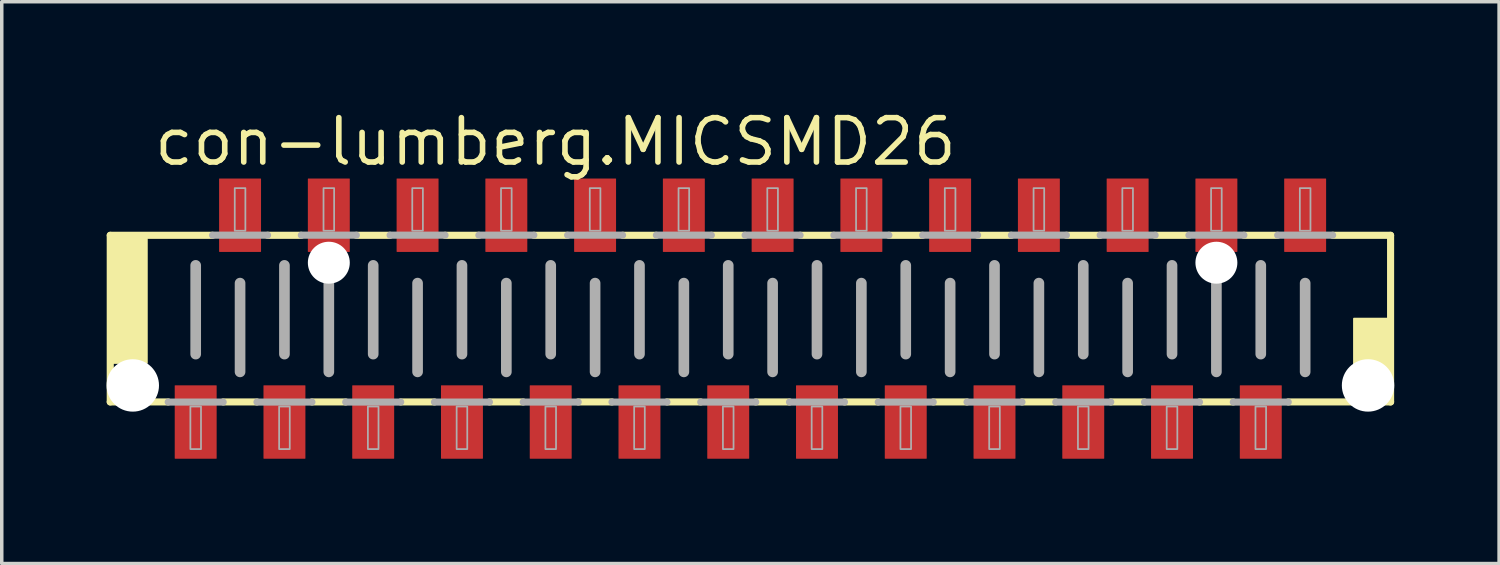
<source format=kicad_pcb>
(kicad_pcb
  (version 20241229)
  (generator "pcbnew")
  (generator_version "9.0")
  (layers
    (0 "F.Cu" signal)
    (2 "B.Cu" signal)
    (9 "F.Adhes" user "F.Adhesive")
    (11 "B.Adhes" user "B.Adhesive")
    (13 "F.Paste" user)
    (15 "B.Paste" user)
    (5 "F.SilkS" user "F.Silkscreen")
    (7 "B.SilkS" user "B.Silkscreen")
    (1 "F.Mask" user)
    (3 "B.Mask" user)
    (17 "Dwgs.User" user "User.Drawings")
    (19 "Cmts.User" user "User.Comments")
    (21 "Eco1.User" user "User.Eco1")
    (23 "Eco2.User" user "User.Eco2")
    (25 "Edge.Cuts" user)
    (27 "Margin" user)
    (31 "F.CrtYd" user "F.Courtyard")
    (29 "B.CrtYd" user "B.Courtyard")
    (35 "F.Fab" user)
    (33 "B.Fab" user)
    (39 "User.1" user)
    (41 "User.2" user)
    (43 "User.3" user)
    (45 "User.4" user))
  (footprint "con-lumberg.MICSMD26"
    (layer "F.Cu")
    (at 18.425 6.068)
    (property "Reference" "con-lumberg.MICSMD26" (at -17.145 -4.318 0) (layer "F.SilkS") (effects (font (size 1.27 1.27) (thickness 0.16)) (justify left bottom)))
    (attr smd)
    (fp_line (start -18.32 -2.384) (end -15.392 -2.384) (stroke (width 0.203) (type default)) (layer "F.SilkS"))
    (fp_line (start -18.32 2.384) (end -18.32 -2.384) (stroke (width 0.203) (type default)) (layer "F.SilkS"))
    (fp_line (start -16.662 2.384) (end -18.32 2.384) (stroke (width 0.203) (type default)) (layer "F.SilkS"))
    (fp_line (start -14.122 2.384) (end -15.088 2.384) (stroke (width 0.203) (type default)) (layer "F.SilkS"))
    (fp_line (start -13.818 -2.384) (end -12.852 -2.384) (stroke (width 0.203) (type default)) (layer "F.SilkS"))
    (fp_line (start -11.582 2.384) (end -12.548 2.384) (stroke (width 0.203) (type default)) (layer "F.SilkS"))
    (fp_line (start -11.278 -2.384) (end -10.312 -2.384) (stroke (width 0.203) (type default)) (layer "F.SilkS"))
    (fp_line (start -9.042 2.384) (end -10.008 2.384) (stroke (width 0.203) (type default)) (layer "F.SilkS"))
    (fp_line (start -8.738 -2.384) (end -7.772 -2.384) (stroke (width 0.203) (type default)) (layer "F.SilkS"))
    (fp_line (start -6.502 2.384) (end -7.468 2.384) (stroke (width 0.203) (type default)) (layer "F.SilkS"))
    (fp_line (start -6.198 -2.384) (end -5.232 -2.384) (stroke (width 0.203) (type default)) (layer "F.SilkS"))
    (fp_line (start -3.962 2.384) (end -4.928 2.384) (stroke (width 0.203) (type default)) (layer "F.SilkS"))
    (fp_line (start -3.658 -2.384) (end -2.692 -2.384) (stroke (width 0.203) (type default)) (layer "F.SilkS"))
    (fp_line (start -1.422 2.384) (end -2.388 2.384) (stroke (width 0.203) (type default)) (layer "F.SilkS"))
    (fp_line (start -1.118 -2.384) (end -0.152 -2.384) (stroke (width 0.203) (type default)) (layer "F.SilkS"))
    (fp_line (start 1.118 2.384) (end 0.152 2.384) (stroke (width 0.203) (type default)) (layer "F.SilkS"))
    (fp_line (start 1.422 -2.384) (end 2.388 -2.384) (stroke (width 0.203) (type default)) (layer "F.SilkS"))
    (fp_line (start 3.658 2.384) (end 2.692 2.384) (stroke (width 0.203) (type default)) (layer "F.SilkS"))
    (fp_line (start 3.962 -2.384) (end 4.928 -2.384) (stroke (width 0.203) (type default)) (layer "F.SilkS"))
    (fp_line (start 6.198 2.384) (end 5.232 2.384) (stroke (width 0.203) (type default)) (layer "F.SilkS"))
    (fp_line (start 6.502 -2.384) (end 7.468 -2.384) (stroke (width 0.203) (type default)) (layer "F.SilkS"))
    (fp_line (start 8.738 2.384) (end 7.772 2.384) (stroke (width 0.203) (type default)) (layer "F.SilkS"))
    (fp_line (start 9.042 -2.384) (end 10.008 -2.384) (stroke (width 0.203) (type default)) (layer "F.SilkS"))
    (fp_line (start 11.278 2.384) (end 10.312 2.384) (stroke (width 0.203) (type default)) (layer "F.SilkS"))
    (fp_line (start 11.582 -2.384) (end 12.548 -2.384) (stroke (width 0.203) (type default)) (layer "F.SilkS"))
    (fp_line (start 13.818 2.384) (end 12.852 2.384) (stroke (width 0.203) (type default)) (layer "F.SilkS"))
    (fp_line (start 14.122 -2.384) (end 15.088 -2.384) (stroke (width 0.203) (type default)) (layer "F.SilkS"))
    (fp_line (start 16.662 -2.384) (end 18.32 -2.384) (stroke (width 0.203) (type default)) (layer "F.SilkS"))
    (fp_line (start 18.32 -2.384) (end 18.32 2.384) (stroke (width 0.203) (type default)) (layer "F.SilkS"))
    (fp_line (start 18.32 2.384) (end 15.392 2.384) (stroke (width 0.203) (type default)) (layer "F.SilkS"))
    (fp_rect (start -18.288 1.27) (end -17.272 -2.286) (stroke (width 0.05) (type default)) (fill yes) (layer "F.SilkS"))
    (fp_rect (start 17.272 2.286) (end 18.288 0) (stroke (width 0.05) (type default)) (fill yes) (layer "F.SilkS"))
    (fp_line (start -15.875 -1.524) (end -15.875 1.016) (stroke (width 0.305) (type default)) (layer "F.Fab"))
    (fp_line (start -15.392 -2.388) (end -13.818 -2.388) (stroke (width 0.203) (type default)) (layer "F.Fab"))
    (fp_line (start -15.088 2.388) (end -16.662 2.388) (stroke (width 0.203) (type default)) (layer "F.Fab"))
    (fp_line (start -14.605 -1.016) (end -14.605 1.524) (stroke (width 0.305) (type default)) (layer "F.Fab"))
    (fp_line (start -13.335 -1.524) (end -13.335 1.016) (stroke (width 0.305) (type default)) (layer "F.Fab"))
    (fp_line (start -12.852 -2.388) (end -11.278 -2.388) (stroke (width 0.203) (type default)) (layer "F.Fab"))
    (fp_line (start -12.548 2.388) (end -14.122 2.388) (stroke (width 0.203) (type default)) (layer "F.Fab"))
    (fp_line (start -12.065 -1.016) (end -12.065 1.524) (stroke (width 0.305) (type default)) (layer "F.Fab"))
    (fp_line (start -10.795 -1.524) (end -10.795 1.016) (stroke (width 0.305) (type default)) (layer "F.Fab"))
    (fp_line (start -10.312 -2.388) (end -8.738 -2.388) (stroke (width 0.203) (type default)) (layer "F.Fab"))
    (fp_line (start -10.008 2.388) (end -11.582 2.388) (stroke (width 0.203) (type default)) (layer "F.Fab"))
    (fp_line (start -9.525 -1.016) (end -9.525 1.524) (stroke (width 0.305) (type default)) (layer "F.Fab"))
    (fp_line (start -8.255 -1.524) (end -8.255 1.016) (stroke (width 0.305) (type default)) (layer "F.Fab"))
    (fp_line (start -7.772 -2.388) (end -6.198 -2.388) (stroke (width 0.203) (type default)) (layer "F.Fab"))
    (fp_line (start -7.468 2.388) (end -9.042 2.388) (stroke (width 0.203) (type default)) (layer "F.Fab"))
    (fp_line (start -6.985 -1.016) (end -6.985 1.524) (stroke (width 0.305) (type default)) (layer "F.Fab"))
    (fp_line (start -5.715 -1.524) (end -5.715 1.016) (stroke (width 0.305) (type default)) (layer "F.Fab"))
    (fp_line (start -5.232 -2.388) (end -3.658 -2.388) (stroke (width 0.203) (type default)) (layer "F.Fab"))
    (fp_line (start -4.928 2.388) (end -6.502 2.388) (stroke (width 0.203) (type default)) (layer "F.Fab"))
    (fp_line (start -4.445 -1.016) (end -4.445 1.524) (stroke (width 0.305) (type default)) (layer "F.Fab"))
    (fp_line (start -3.175 -1.524) (end -3.175 1.016) (stroke (width 0.305) (type default)) (layer "F.Fab"))
    (fp_line (start -2.692 -2.388) (end -1.118 -2.388) (stroke (width 0.203) (type default)) (layer "F.Fab"))
    (fp_line (start -2.388 2.388) (end -3.962 2.388) (stroke (width 0.203) (type default)) (layer "F.Fab"))
    (fp_line (start -1.905 -1.016) (end -1.905 1.524) (stroke (width 0.305) (type default)) (layer "F.Fab"))
    (fp_line (start -0.635 -1.524) (end -0.635 1.016) (stroke (width 0.305) (type default)) (layer "F.Fab"))
    (fp_line (start -0.152 -2.388) (end 1.422 -2.388) (stroke (width 0.203) (type default)) (layer "F.Fab"))
    (fp_line (start 0.152 2.388) (end -1.422 2.388) (stroke (width 0.203) (type default)) (layer "F.Fab"))
    (fp_line (start 0.635 -1.016) (end 0.635 1.524) (stroke (width 0.305) (type default)) (layer "F.Fab"))
    (fp_line (start 1.905 -1.524) (end 1.905 1.016) (stroke (width 0.305) (type default)) (layer "F.Fab"))
    (fp_line (start 2.388 -2.388) (end 3.962 -2.388) (stroke (width 0.203) (type default)) (layer "F.Fab"))
    (fp_line (start 2.692 2.388) (end 1.118 2.388) (stroke (width 0.203) (type default)) (layer "F.Fab"))
    (fp_line (start 3.175 -1.016) (end 3.175 1.524) (stroke (width 0.305) (type default)) (layer "F.Fab"))
    (fp_line (start 4.445 -1.524) (end 4.445 1.016) (stroke (width 0.305) (type default)) (layer "F.Fab"))
    (fp_line (start 4.928 -2.388) (end 6.502 -2.388) (stroke (width 0.203) (type default)) (layer "F.Fab"))
    (fp_line (start 5.232 2.388) (end 3.658 2.388) (stroke (width 0.203) (type default)) (layer "F.Fab"))
    (fp_line (start 5.715 -1.016) (end 5.715 1.524) (stroke (width 0.305) (type default)) (layer "F.Fab"))
    (fp_line (start 6.985 -1.524) (end 6.985 1.016) (stroke (width 0.305) (type default)) (layer "F.Fab"))
    (fp_line (start 7.468 -2.388) (end 9.042 -2.388) (stroke (width 0.203) (type default)) (layer "F.Fab"))
    (fp_line (start 7.772 2.388) (end 6.198 2.388) (stroke (width 0.203) (type default)) (layer "F.Fab"))
    (fp_line (start 8.255 -1.016) (end 8.255 1.524) (stroke (width 0.305) (type default)) (layer "F.Fab"))
    (fp_line (start 9.525 -1.524) (end 9.525 1.016) (stroke (width 0.305) (type default)) (layer "F.Fab"))
    (fp_line (start 10.008 -2.388) (end 11.582 -2.388) (stroke (width 0.203) (type default)) (layer "F.Fab"))
    (fp_line (start 10.312 2.388) (end 8.738 2.388) (stroke (width 0.203) (type default)) (layer "F.Fab"))
    (fp_line (start 10.795 -1.016) (end 10.795 1.524) (stroke (width 0.305) (type default)) (layer "F.Fab"))
    (fp_line (start 12.065 -1.524) (end 12.065 1.016) (stroke (width 0.305) (type default)) (layer "F.Fab"))
    (fp_line (start 12.548 -2.388) (end 14.122 -2.388) (stroke (width 0.203) (type default)) (layer "F.Fab"))
    (fp_line (start 12.852 2.388) (end 11.278 2.388) (stroke (width 0.203) (type default)) (layer "F.Fab"))
    (fp_line (start 13.335 -1.016) (end 13.335 1.524) (stroke (width 0.305) (type default)) (layer "F.Fab"))
    (fp_line (start 14.605 -1.524) (end 14.605 1.016) (stroke (width 0.305) (type default)) (layer "F.Fab"))
    (fp_line (start 15.088 -2.388) (end 16.662 -2.388) (stroke (width 0.203) (type default)) (layer "F.Fab"))
    (fp_line (start 15.392 2.388) (end 13.818 2.388) (stroke (width 0.203) (type default)) (layer "F.Fab"))
    (fp_line (start 15.875 -1.016) (end 15.875 1.524) (stroke (width 0.305) (type default)) (layer "F.Fab"))
    (fp_rect (start -16.027 3.734) (end -15.723 2.515) (stroke (width 0.05) (type default)) (fill no) (layer "F.Fab"))
    (fp_rect (start -14.757 -2.515) (end -14.453 -3.734) (stroke (width 0.05) (type default)) (fill no) (layer "F.Fab"))
    (fp_rect (start -13.487 3.734) (end -13.183 2.515) (stroke (width 0.05) (type default)) (fill no) (layer "F.Fab"))
    (fp_rect (start -12.217 -2.515) (end -11.913 -3.734) (stroke (width 0.05) (type default)) (fill no) (layer "F.Fab"))
    (fp_rect (start -10.947 3.734) (end -10.643 2.515) (stroke (width 0.05) (type default)) (fill no) (layer "F.Fab"))
    (fp_rect (start -9.677 -2.515) (end -9.373 -3.734) (stroke (width 0.05) (type default)) (fill no) (layer "F.Fab"))
    (fp_rect (start -8.407 3.734) (end -8.103 2.515) (stroke (width 0.05) (type default)) (fill no) (layer "F.Fab"))
    (fp_rect (start -7.137 -2.515) (end -6.833 -3.734) (stroke (width 0.05) (type default)) (fill no) (layer "F.Fab"))
    (fp_rect (start -5.867 3.734) (end -5.563 2.515) (stroke (width 0.05) (type default)) (fill no) (layer "F.Fab"))
    (fp_rect (start -4.597 -2.515) (end -4.293 -3.734) (stroke (width 0.05) (type default)) (fill no) (layer "F.Fab"))
    (fp_rect (start -3.327 3.734) (end -3.023 2.515) (stroke (width 0.05) (type default)) (fill no) (layer "F.Fab"))
    (fp_rect (start -2.057 -2.515) (end -1.753 -3.734) (stroke (width 0.05) (type default)) (fill no) (layer "F.Fab"))
    (fp_rect (start -0.787 3.734) (end -0.483 2.515) (stroke (width 0.05) (type default)) (fill no) (layer "F.Fab"))
    (fp_rect (start 0.483 -2.515) (end 0.787 -3.734) (stroke (width 0.05) (type default)) (fill no) (layer "F.Fab"))
    (fp_rect (start 1.753 3.734) (end 2.057 2.515) (stroke (width 0.05) (type default)) (fill no) (layer "F.Fab"))
    (fp_rect (start 3.023 -2.515) (end 3.327 -3.734) (stroke (width 0.05) (type default)) (fill no) (layer "F.Fab"))
    (fp_rect (start 4.293 3.734) (end 4.597 2.515) (stroke (width 0.05) (type default)) (fill no) (layer "F.Fab"))
    (fp_rect (start 5.563 -2.515) (end 5.867 -3.734) (stroke (width 0.05) (type default)) (fill no) (layer "F.Fab"))
    (fp_rect (start 6.833 3.734) (end 7.137 2.515) (stroke (width 0.05) (type default)) (fill no) (layer "F.Fab"))
    (fp_rect (start 8.103 -2.515) (end 8.407 -3.734) (stroke (width 0.05) (type default)) (fill no) (layer "F.Fab"))
    (fp_rect (start 9.373 3.734) (end 9.677 2.515) (stroke (width 0.05) (type default)) (fill no) (layer "F.Fab"))
    (fp_rect (start 10.643 -2.515) (end 10.947 -3.734) (stroke (width 0.05) (type default)) (fill no) (layer "F.Fab"))
    (fp_rect (start 11.913 3.734) (end 12.217 2.515) (stroke (width 0.05) (type default)) (fill no) (layer "F.Fab"))
    (fp_rect (start 13.183 -2.515) (end 13.487 -3.734) (stroke (width 0.05) (type default)) (fill no) (layer "F.Fab"))
    (fp_rect (start 14.453 3.734) (end 14.757 2.515) (stroke (width 0.05) (type default)) (fill no) (layer "F.Fab"))
    (fp_rect (start 15.723 -2.515) (end 16.027 -3.734) (stroke (width 0.05) (type default)) (fill no) (layer "F.Fab"))
    (pad "" np_thru_hole circle (at -17.675 1.912) (size 1.5 1.5) (drill 1.5) (layers "*.Cu" "*.Mask"))
    (pad "" np_thru_hole circle (at -12.065 -1.6) (size 1.2 1.2) (drill 1.2) (layers "*.Cu" "*.Mask"))
    (pad "" np_thru_hole circle (at 13.335 -1.6) (size 1.2 1.2) (drill 1.2) (layers "*.Cu" "*.Mask"))
    (pad "" np_thru_hole circle (at 17.675 1.912) (size 1.5 1.5) (drill 1.5) (layers "*.Cu" "*.Mask"))
    (pad "1" smd roundrect (at -15.875 2.959) (size 1.2 2.1) (layers "F.Cu" "F.Mask" "F.Paste") (roundrect_rratio 0.01))
    (pad "2" smd roundrect (at -14.605 -2.959) (size 1.2 2.1) (layers "F.Cu" "F.Mask" "F.Paste") (roundrect_rratio 0.01))
    (pad "3" smd roundrect (at -13.335 2.959) (size 1.2 2.1) (layers "F.Cu" "F.Mask" "F.Paste") (roundrect_rratio 0.01))
    (pad "4" smd roundrect (at -12.065 -2.959) (size 1.2 2.1) (layers "F.Cu" "F.Mask" "F.Paste") (roundrect_rratio 0.01))
    (pad "5" smd roundrect (at -10.795 2.959) (size 1.2 2.1) (layers "F.Cu" "F.Mask" "F.Paste") (roundrect_rratio 0.01))
    (pad "6" smd roundrect (at -9.525 -2.959) (size 1.2 2.1) (layers "F.Cu" "F.Mask" "F.Paste") (roundrect_rratio 0.01))
    (pad "7" smd roundrect (at -8.255 2.959) (size 1.2 2.1) (layers "F.Cu" "F.Mask" "F.Paste") (roundrect_rratio 0.01))
    (pad "8" smd roundrect (at -6.985 -2.959) (size 1.2 2.1) (layers "F.Cu" "F.Mask" "F.Paste") (roundrect_rratio 0.01))
    (pad "9" smd roundrect (at -5.715 2.959) (size 1.2 2.1) (layers "F.Cu" "F.Mask" "F.Paste") (roundrect_rratio 0.01))
    (pad "10" smd roundrect (at -4.445 -2.959) (size 1.2 2.1) (layers "F.Cu" "F.Mask" "F.Paste") (roundrect_rratio 0.01))
    (pad "11" smd roundrect (at -3.175 2.959) (size 1.2 2.1) (layers "F.Cu" "F.Mask" "F.Paste") (roundrect_rratio 0.01))
    (pad "12" smd roundrect (at -1.905 -2.959) (size 1.2 2.1) (layers "F.Cu" "F.Mask" "F.Paste") (roundrect_rratio 0.01))
    (pad "13" smd roundrect (at -0.635 2.959) (size 1.2 2.1) (layers "F.Cu" "F.Mask" "F.Paste") (roundrect_rratio 0.01))
    (pad "14" smd roundrect (at 0.635 -2.959) (size 1.2 2.1) (layers "F.Cu" "F.Mask" "F.Paste") (roundrect_rratio 0.01))
    (pad "15" smd roundrect (at 1.905 2.959) (size 1.2 2.1) (layers "F.Cu" "F.Mask" "F.Paste") (roundrect_rratio 0.01))
    (pad "16" smd roundrect (at 3.175 -2.959) (size 1.2 2.1) (layers "F.Cu" "F.Mask" "F.Paste") (roundrect_rratio 0.01))
    (pad "17" smd roundrect (at 4.445 2.959) (size 1.2 2.1) (layers "F.Cu" "F.Mask" "F.Paste") (roundrect_rratio 0.01))
    (pad "18" smd roundrect (at 5.715 -2.959) (size 1.2 2.1) (layers "F.Cu" "F.Mask" "F.Paste") (roundrect_rratio 0.01))
    (pad "19" smd roundrect (at 6.985 2.959) (size 1.2 2.1) (layers "F.Cu" "F.Mask" "F.Paste") (roundrect_rratio 0.01))
    (pad "20" smd roundrect (at 8.255 -2.959) (size 1.2 2.1) (layers "F.Cu" "F.Mask" "F.Paste") (roundrect_rratio 0.01))
    (pad "21" smd roundrect (at 9.525 2.959) (size 1.2 2.1) (layers "F.Cu" "F.Mask" "F.Paste") (roundrect_rratio 0.01))
    (pad "22" smd roundrect (at 10.795 -2.959) (size 1.2 2.1) (layers "F.Cu" "F.Mask" "F.Paste") (roundrect_rratio 0.01))
    (pad "23" smd roundrect (at 12.065 2.959) (size 1.2 2.1) (layers "F.Cu" "F.Mask" "F.Paste") (roundrect_rratio 0.01))
    (pad "24" smd roundrect (at 13.335 -2.959) (size 1.2 2.1) (layers "F.Cu" "F.Mask" "F.Paste") (roundrect_rratio 0.01))
    (pad "25" smd roundrect (at 14.605 2.959) (size 1.2 2.1) (layers "F.Cu" "F.Mask" "F.Paste") (roundrect_rratio 0.01))
    (pad "26" smd roundrect (at 15.875 -2.959) (size 1.2 2.1) (layers "F.Cu" "F.Mask" "F.Paste") (roundrect_rratio 0.01)))
  (gr_rect
    (start -3 -3)
    (end 39.85 13.077)
    (stroke (width 0.1) (type default))
    (fill no)
    (layer "Edge.Cuts")))
</source>
